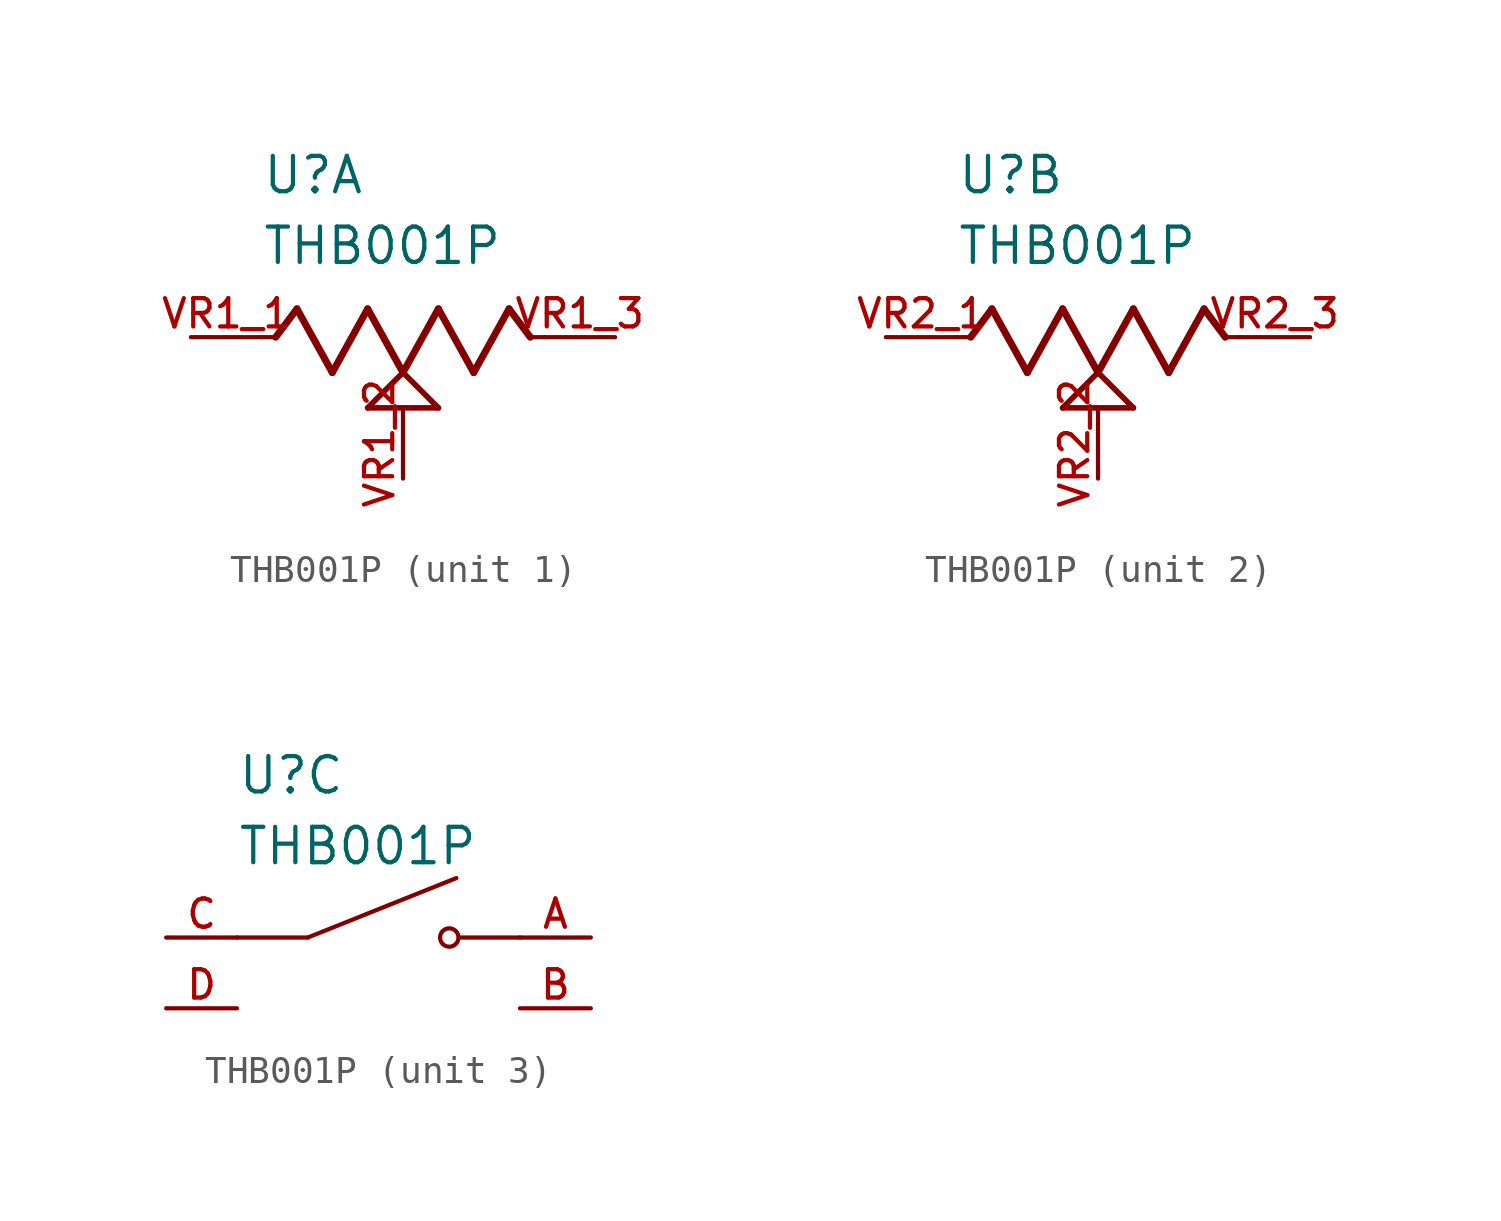
<source format=kicad_sym>
(kicad_symbol_lib
  (version 20211014)
  (generator kicad_symbol_editor)
  (symbol "THB001P"
    (pin_names
      (offset 1.016))
    (property "Reference" "U"
      (at -5.08 5.08 0)
      (effects (font (size 1.27 1.27)) (justify bottom left)))
    (property "Value" "THB001P"
      (at -5.08 2.54 0)
      (effects (font (size 1.27 1.27)) (justify bottom left)))
    (symbol "THB001P_1_0"
      (polyline (pts (xy -5.08 0.0) (xy -4.572 0.0)) (stroke (width 0.152)))
      (polyline (pts (xy -4.572 0.0) (xy -3.81 1.016)) (stroke (width 0.254)))
      (polyline (pts (xy -3.81 1.016) (xy -2.54 -1.27)) (stroke (width 0.254)))
      (polyline (pts (xy -2.54 -1.27) (xy -1.27 1.016)) (stroke (width 0.254)))
      (polyline (pts (xy -1.27 1.016) (xy 0.0 -1.27)) (stroke (width 0.254)))
      (polyline (pts (xy 0.0 -1.27) (xy 1.27 1.016)) (stroke (width 0.254)))
      (polyline (pts (xy 1.27 1.016) (xy 2.54 -1.27)) (stroke (width 0.254)))
      (polyline (pts (xy 2.54 -1.27) (xy 3.81 1.016)) (stroke (width 0.254)))
      (polyline (pts (xy 3.81 1.016) (xy 4.572 0.0)) (stroke (width 0.254)))
      (polyline (pts (xy 4.572 0.0) (xy 5.08 0.0)) (stroke (width 0.152)))
      (polyline (pts (xy 0.0 -1.27) (xy 1.27 -2.54)) (stroke (width 0.203)))
      (polyline (pts (xy -1.27 -2.54) (xy 0.0 -1.27)) (stroke (width 0.203)))
      (polyline (pts (xy 1.27 -2.54) (xy -1.27 -2.54)) (stroke (width 0.203)))
      (pin passive line (at -7.62 0.0 0) (length 2.54) (name "~" (effects (font (size 1.016 1.016)))) (number "VR1_1" (effects (font (size 1.016 1.016)))))
      (pin passive line (at 7.62 0.0 180.0) (length 2.54) (name "~" (effects (font (size 1.016 1.016)))) (number "VR1_3" (effects (font (size 1.016 1.016)))))
      (pin passive line (at 0.0 -5.08 90.0) (length 2.54) (name "~" (effects (font (size 1.016 1.016)))) (number "VR1_2" (effects (font (size 1.016 1.016))))))
    (symbol "THB001P_2_0"
      (polyline (pts (xy -5.08 0.0) (xy -4.572 0.0)) (stroke (width 0.152)))
      (polyline (pts (xy -4.572 0.0) (xy -3.81 1.016)) (stroke (width 0.254)))
      (polyline (pts (xy -3.81 1.016) (xy -2.54 -1.27)) (stroke (width 0.254)))
      (polyline (pts (xy -2.54 -1.27) (xy -1.27 1.016)) (stroke (width 0.254)))
      (polyline (pts (xy -1.27 1.016) (xy 0.0 -1.27)) (stroke (width 0.254)))
      (polyline (pts (xy 0.0 -1.27) (xy 1.27 1.016)) (stroke (width 0.254)))
      (polyline (pts (xy 1.27 1.016) (xy 2.54 -1.27)) (stroke (width 0.254)))
      (polyline (pts (xy 2.54 -1.27) (xy 3.81 1.016)) (stroke (width 0.254)))
      (polyline (pts (xy 3.81 1.016) (xy 4.572 0.0)) (stroke (width 0.254)))
      (polyline (pts (xy 4.572 0.0) (xy 5.08 0.0)) (stroke (width 0.152)))
      (polyline (pts (xy 0.0 -1.27) (xy 1.27 -2.54)) (stroke (width 0.203)))
      (polyline (pts (xy -1.27 -2.54) (xy 0.0 -1.27)) (stroke (width 0.203)))
      (polyline (pts (xy 1.27 -2.54) (xy -1.27 -2.54)) (stroke (width 0.203)))
      (pin passive line (at -7.62 0.0 0) (length 2.54) (name "~" (effects (font (size 1.016 1.016)))) (number "VR2_1" (effects (font (size 1.016 1.016)))))
      (pin passive line (at 7.62 0.0 180.0) (length 2.54) (name "~" (effects (font (size 1.016 1.016)))) (number "VR2_3" (effects (font (size 1.016 1.016)))))
      (pin passive line (at 0.0 -5.08 90.0) (length 2.54) (name "~" (effects (font (size 1.016 1.016)))) (number "VR2_2" (effects (font (size 1.016 1.016))))))
    (symbol "THB001P_3_0"
      (polyline (pts (xy -2.54 0.0) (xy 2.794 2.134)) (stroke (width 0.152)))
      (circle (center 2.54 0.0) (radius 0.33) (stroke (width 0.152)) (fill (type none)))
      (polyline (pts (xy 5.08 0.0) (xy 2.921 0.0)) (stroke (width 0.152)))
      (polyline (pts (xy -2.54 0.0) (xy -5.08 0.0)) (stroke (width 0.152)))
      (pin passive line (at -7.62 0.0 0) (length 2.54) (name "~" (effects (font (size 1.016 1.016)))) (number "C" (effects (font (size 1.016 1.016)))))
      (pin passive line (at 7.62 0.0 180.0) (length 2.54) (name "~" (effects (font (size 1.016 1.016)))) (number "A" (effects (font (size 1.016 1.016)))))
      (pin passive line (at -7.62 -2.54 0) (length 2.54) (name "~" (effects (font (size 1.016 1.016)))) (number "D" (effects (font (size 1.016 1.016)))))
      (pin passive line (at 7.62 -2.54 180.0) (length 2.54) (name "~" (effects (font (size 1.016 1.016)))) (number "B" (effects (font (size 1.016 1.016))))))))
</source>
